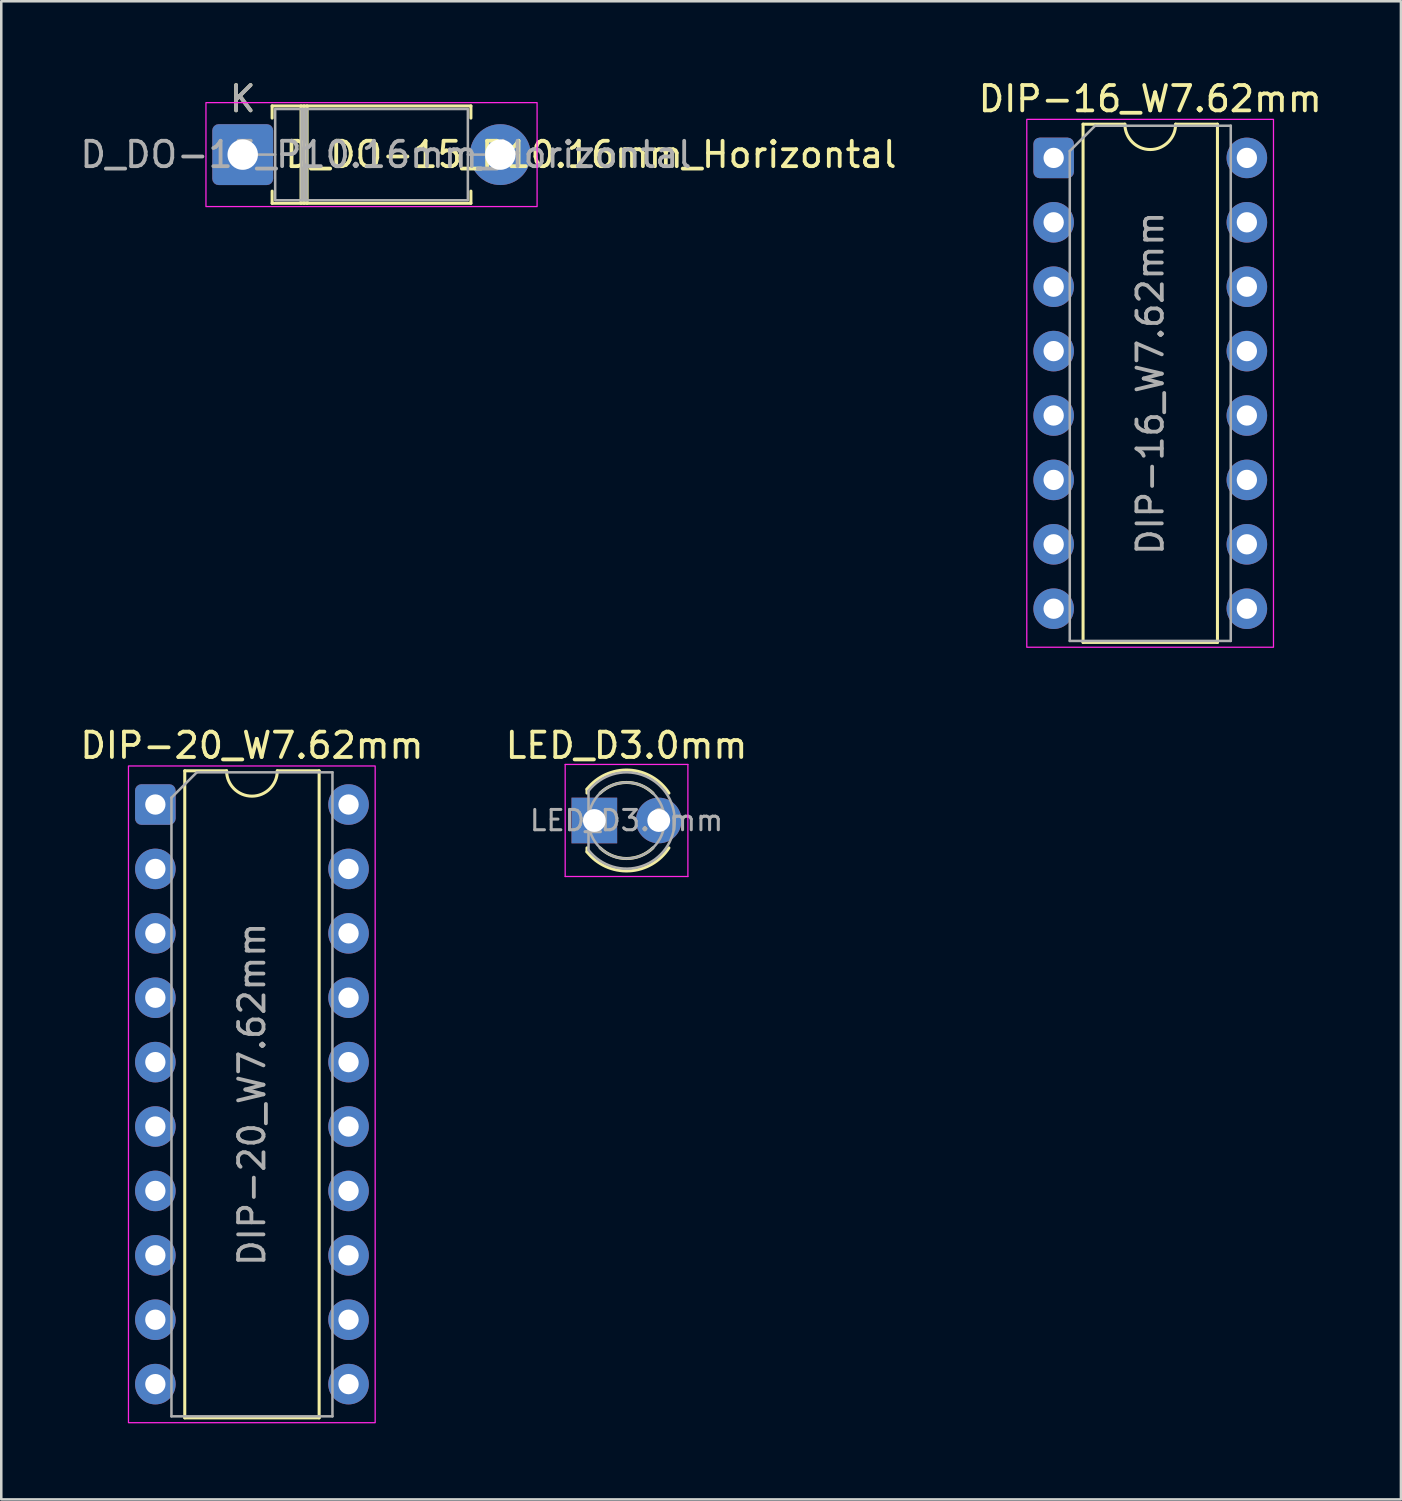
<source format=kicad_pcb>
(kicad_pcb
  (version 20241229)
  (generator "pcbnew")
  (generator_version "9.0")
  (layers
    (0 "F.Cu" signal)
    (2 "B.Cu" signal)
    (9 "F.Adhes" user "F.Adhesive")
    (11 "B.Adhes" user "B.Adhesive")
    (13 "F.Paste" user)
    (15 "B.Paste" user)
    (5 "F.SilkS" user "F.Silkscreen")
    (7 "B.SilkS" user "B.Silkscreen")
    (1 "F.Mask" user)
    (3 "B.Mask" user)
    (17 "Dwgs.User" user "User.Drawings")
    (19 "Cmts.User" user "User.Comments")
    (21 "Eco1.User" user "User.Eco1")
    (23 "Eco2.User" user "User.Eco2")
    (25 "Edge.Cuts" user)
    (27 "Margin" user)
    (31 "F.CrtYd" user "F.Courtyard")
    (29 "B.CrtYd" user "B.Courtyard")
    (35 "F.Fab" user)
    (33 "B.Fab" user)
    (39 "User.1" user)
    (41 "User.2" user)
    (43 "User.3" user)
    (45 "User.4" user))
  (footprint "DIP-20_W7.62mm"
    (layer "F.Cu")
    (at 3.077 28.681)
    (property "Reference" "DIP-20_W7.62mm" (at 3.81 -2.33 0) (layer "F.SilkS") (effects (font (size 1 1) (thickness 0.15))))
    (attr through_hole)
    (fp_line (start 1.16 -1.33) (end 1.16 24.19) (stroke (width 0.12) (type solid)) (layer "F.SilkS"))
    (fp_line (start 1.16 24.19) (end 6.46 24.19) (stroke (width 0.12) (type solid)) (layer "F.SilkS"))
    (fp_line (start 2.81 -1.33) (end 1.16 -1.33) (stroke (width 0.12) (type solid)) (layer "F.SilkS"))
    (fp_line (start 6.46 -1.33) (end 4.81 -1.33) (stroke (width 0.12) (type solid)) (layer "F.SilkS"))
    (fp_line (start 6.46 24.19) (end 6.46 -1.33) (stroke (width 0.12) (type solid)) (layer "F.SilkS"))
    (fp_arc (start 4.81 -1.33) (mid 3.81 -0.33) (end 2.81 -1.33) (stroke (width 0.12) (type solid)) (layer "F.SilkS"))
    (fp_rect (start -1.06 -1.52) (end 8.67 24.38) (stroke (width 0.05) (type solid)) (fill no) (layer "F.CrtYd"))
    (fp_line (start 0.635 -0.27) (end 1.635 -1.27) (stroke (width 0.1) (type solid)) (layer "F.Fab"))
    (fp_line (start 0.635 24.13) (end 0.635 -0.27) (stroke (width 0.1) (type solid)) (layer "F.Fab"))
    (fp_line (start 1.635 -1.27) (end 6.985 -1.27) (stroke (width 0.1) (type solid)) (layer "F.Fab"))
    (fp_line (start 6.985 -1.27) (end 6.985 24.13) (stroke (width 0.1) (type solid)) (layer "F.Fab"))
    (fp_line (start 6.985 24.13) (end 0.635 24.13) (stroke (width 0.1) (type solid)) (layer "F.Fab"))
    (fp_text user "${REFERENCE}" (at 3.81 11.43 90) (layer "F.Fab") (effects (font (size 1 1) (thickness 0.15))))
    (pad "1" thru_hole roundrect (at 0 0) (size 1.6 1.6) (drill 0.8) (layers "*.Cu" "*.Mask") (roundrect_rratio 0.156))
    (pad "2" thru_hole circle (at 0 2.54) (size 1.6 1.6) (drill 0.8) (layers "*.Cu" "*.Mask"))
    (pad "3" thru_hole circle (at 0 5.08) (size 1.6 1.6) (drill 0.8) (layers "*.Cu" "*.Mask"))
    (pad "4" thru_hole circle (at 0 7.62) (size 1.6 1.6) (drill 0.8) (layers "*.Cu" "*.Mask"))
    (pad "5" thru_hole circle (at 0 10.16) (size 1.6 1.6) (drill 0.8) (layers "*.Cu" "*.Mask"))
    (pad "6" thru_hole circle (at 0 12.7) (size 1.6 1.6) (drill 0.8) (layers "*.Cu" "*.Mask"))
    (pad "7" thru_hole circle (at 0 15.24) (size 1.6 1.6) (drill 0.8) (layers "*.Cu" "*.Mask"))
    (pad "8" thru_hole circle (at 0 17.78) (size 1.6 1.6) (drill 0.8) (layers "*.Cu" "*.Mask"))
    (pad "9" thru_hole circle (at 0 20.32) (size 1.6 1.6) (drill 0.8) (layers "*.Cu" "*.Mask"))
    (pad "10" thru_hole circle (at 0 22.86) (size 1.6 1.6) (drill 0.8) (layers "*.Cu" "*.Mask"))
    (pad "11" thru_hole circle (at 7.62 22.86) (size 1.6 1.6) (drill 0.8) (layers "*.Cu" "*.Mask"))
    (pad "12" thru_hole circle (at 7.62 20.32) (size 1.6 1.6) (drill 0.8) (layers "*.Cu" "*.Mask"))
    (pad "13" thru_hole circle (at 7.62 17.78) (size 1.6 1.6) (drill 0.8) (layers "*.Cu" "*.Mask"))
    (pad "14" thru_hole circle (at 7.62 15.24) (size 1.6 1.6) (drill 0.8) (layers "*.Cu" "*.Mask"))
    (pad "15" thru_hole circle (at 7.62 12.7) (size 1.6 1.6) (drill 0.8) (layers "*.Cu" "*.Mask"))
    (pad "16" thru_hole circle (at 7.62 10.16) (size 1.6 1.6) (drill 0.8) (layers "*.Cu" "*.Mask"))
    (pad "17" thru_hole circle (at 7.62 7.62) (size 1.6 1.6) (drill 0.8) (layers "*.Cu" "*.Mask"))
    (pad "18" thru_hole circle (at 7.62 5.08) (size 1.6 1.6) (drill 0.8) (layers "*.Cu" "*.Mask"))
    (pad "19" thru_hole circle (at 7.62 2.54) (size 1.6 1.6) (drill 0.8) (layers "*.Cu" "*.Mask"))
    (pad "20" thru_hole circle (at 7.62 0) (size 1.6 1.6) (drill 0.8) (layers "*.Cu" "*.Mask")))
  (footprint "LED_D3.0mm"
    (layer "F.Cu")
    (at 20.391 29.311)
    (property "Reference" "LED_D3.0mm" (at 1.27 -2.96 180) (layer "F.SilkS") (effects (font (size 1 1) (thickness 0.15))))
    (attr through_hole)
    (fp_line (start -0.29 -1.236) (end -0.29 -1.08) (stroke (width 0.12) (type solid)) (layer "F.SilkS"))
    (fp_line (start -0.29 1.08) (end -0.29 1.236) (stroke (width 0.12) (type solid)) (layer "F.SilkS"))
    (fp_arc (start -0.29 -1.235516) (mid 1.36566 -1.987699) (end 2.941437 -1.08) (stroke (width 0.12) (type solid)) (layer "F.SilkS"))
    (fp_arc (start 0.229039 -1.08) (mid 1.27 -1.5) (end 2.310961 -1.08) (stroke (width 0.12) (type solid)) (layer "F.SilkS"))
    (fp_arc (start 2.310961 1.08) (mid 1.27 1.5) (end 0.229039 1.08) (stroke (width 0.12) (type solid)) (layer "F.SilkS"))
    (fp_arc (start 2.941437 1.08) (mid 1.36566 1.9877) (end -0.29 1.235516) (stroke (width 0.12) (type solid)) (layer "F.SilkS"))
    (fp_line (start -1.15 -2.21) (end -1.15 2.21) (stroke (width 0.05) (type solid)) (layer "F.CrtYd"))
    (fp_line (start -1.15 2.21) (end 3.69 2.21) (stroke (width 0.05) (type solid)) (layer "F.CrtYd"))
    (fp_line (start 3.69 -2.21) (end -1.15 -2.21) (stroke (width 0.05) (type solid)) (layer "F.CrtYd"))
    (fp_line (start 3.69 2.21) (end 3.69 -2.21) (stroke (width 0.05) (type solid)) (layer "F.CrtYd"))
    (fp_line (start -0.23 -1.166) (end -0.23 1.166) (stroke (width 0.1) (type solid)) (layer "F.Fab"))
    (fp_arc (start -0.23 -1.16619) (mid 3.17 0) (end -0.23 1.16619) (stroke (width 0.1) (type solid)) (layer "F.Fab"))
    (fp_circle (center 1.27 0) (end 2.77 0) (stroke (width 0.1) (type solid)) (fill no) (layer "F.Fab"))
    (fp_text user "${REFERENCE}" (at 1.27 0 180) (layer "F.Fab") (effects (font (size 0.8 0.8) (thickness 0.12))))
    (pad "1" thru_hole rect (at 0 0) (size 1.8 1.8) (drill 0.9) (layers "*.Cu" "*.Mask"))
    (pad "2" thru_hole circle (at 2.54 0) (size 1.8 1.8) (drill 0.9) (layers "*.Cu" "*.Mask")))
  (footprint "DIP-16_W7.62mm"
    (layer "F.Cu")
    (at 38.507 3.178)
    (property "Reference" "DIP-16_W7.62mm" (at 3.81 -2.33 0) (layer "F.SilkS") (effects (font (size 1 1) (thickness 0.15))))
    (attr through_hole)
    (fp_line (start 1.16 -1.33) (end 1.16 19.11) (stroke (width 0.12) (type solid)) (layer "F.SilkS"))
    (fp_line (start 1.16 19.11) (end 6.46 19.11) (stroke (width 0.12) (type solid)) (layer "F.SilkS"))
    (fp_line (start 2.81 -1.33) (end 1.16 -1.33) (stroke (width 0.12) (type solid)) (layer "F.SilkS"))
    (fp_line (start 6.46 -1.33) (end 4.81 -1.33) (stroke (width 0.12) (type solid)) (layer "F.SilkS"))
    (fp_line (start 6.46 19.11) (end 6.46 -1.33) (stroke (width 0.12) (type solid)) (layer "F.SilkS"))
    (fp_arc (start 4.81 -1.33) (mid 3.81 -0.33) (end 2.81 -1.33) (stroke (width 0.12) (type solid)) (layer "F.SilkS"))
    (fp_rect (start -1.06 -1.52) (end 8.67 19.3) (stroke (width 0.05) (type solid)) (fill no) (layer "F.CrtYd"))
    (fp_line (start 0.635 -0.27) (end 1.635 -1.27) (stroke (width 0.1) (type solid)) (layer "F.Fab"))
    (fp_line (start 0.635 19.05) (end 0.635 -0.27) (stroke (width 0.1) (type solid)) (layer "F.Fab"))
    (fp_line (start 1.635 -1.27) (end 6.985 -1.27) (stroke (width 0.1) (type solid)) (layer "F.Fab"))
    (fp_line (start 6.985 -1.27) (end 6.985 19.05) (stroke (width 0.1) (type solid)) (layer "F.Fab"))
    (fp_line (start 6.985 19.05) (end 0.635 19.05) (stroke (width 0.1) (type solid)) (layer "F.Fab"))
    (fp_text user "${REFERENCE}" (at 3.81 8.89 90) (layer "F.Fab") (effects (font (size 1 1) (thickness 0.15))))
    (pad "1" thru_hole roundrect (at 0 0) (size 1.6 1.6) (drill 0.8) (layers "*.Cu" "*.Mask") (roundrect_rratio 0.156))
    (pad "2" thru_hole circle (at 0 2.54) (size 1.6 1.6) (drill 0.8) (layers "*.Cu" "*.Mask"))
    (pad "3" thru_hole circle (at 0 5.08) (size 1.6 1.6) (drill 0.8) (layers "*.Cu" "*.Mask"))
    (pad "4" thru_hole circle (at 0 7.62) (size 1.6 1.6) (drill 0.8) (layers "*.Cu" "*.Mask"))
    (pad "5" thru_hole circle (at 0 10.16) (size 1.6 1.6) (drill 0.8) (layers "*.Cu" "*.Mask"))
    (pad "6" thru_hole circle (at 0 12.7) (size 1.6 1.6) (drill 0.8) (layers "*.Cu" "*.Mask"))
    (pad "7" thru_hole circle (at 0 15.24) (size 1.6 1.6) (drill 0.8) (layers "*.Cu" "*.Mask"))
    (pad "8" thru_hole circle (at 0 17.78) (size 1.6 1.6) (drill 0.8) (layers "*.Cu" "*.Mask"))
    (pad "9" thru_hole circle (at 7.62 17.78) (size 1.6 1.6) (drill 0.8) (layers "*.Cu" "*.Mask"))
    (pad "10" thru_hole circle (at 7.62 15.24) (size 1.6 1.6) (drill 0.8) (layers "*.Cu" "*.Mask"))
    (pad "11" thru_hole circle (at 7.62 12.7) (size 1.6 1.6) (drill 0.8) (layers "*.Cu" "*.Mask"))
    (pad "12" thru_hole circle (at 7.62 10.16) (size 1.6 1.6) (drill 0.8) (layers "*.Cu" "*.Mask"))
    (pad "13" thru_hole circle (at 7.62 7.62) (size 1.6 1.6) (drill 0.8) (layers "*.Cu" "*.Mask"))
    (pad "14" thru_hole circle (at 7.62 5.08) (size 1.6 1.6) (drill 0.8) (layers "*.Cu" "*.Mask"))
    (pad "15" thru_hole circle (at 7.62 2.54) (size 1.6 1.6) (drill 0.8) (layers "*.Cu" "*.Mask"))
    (pad "16" thru_hole circle (at 7.62 0) (size 1.6 1.6) (drill 0.8) (layers "*.Cu" "*.Mask")))
  (footprint "D_DO-15_P10.16mm_Horizontal"
    (layer "F.Cu")
    (at 6.523 3.048)
    (property "Reference" "D_DO-15_P10.16mm_Horizontal" (at 13.735 0 180) (layer "F.SilkS") (effects (font (size 1 1) (thickness 0.15))))
    (attr through_hole)
    (fp_line (start 1.16 -1.92) (end 9 -1.92) (stroke (width 0.12) (type solid)) (layer "F.SilkS"))
    (fp_line (start 1.16 -1.44) (end 1.16 -1.92) (stroke (width 0.12) (type solid)) (layer "F.SilkS"))
    (fp_line (start 1.16 1.44) (end 1.16 1.92) (stroke (width 0.12) (type solid)) (layer "F.SilkS"))
    (fp_line (start 1.16 1.92) (end 9 1.92) (stroke (width 0.12) (type solid)) (layer "F.SilkS"))
    (fp_line (start 2.3 -1.92) (end 2.3 1.92) (stroke (width 0.12) (type solid)) (layer "F.SilkS"))
    (fp_line (start 2.42 -1.92) (end 2.42 1.92) (stroke (width 0.12) (type solid)) (layer "F.SilkS"))
    (fp_line (start 2.54 -1.92) (end 2.54 1.92) (stroke (width 0.12) (type solid)) (layer "F.SilkS"))
    (fp_line (start 9 -1.92) (end 9 -1.44) (stroke (width 0.12) (type solid)) (layer "F.SilkS"))
    (fp_line (start 9 1.92) (end 9 1.44) (stroke (width 0.12) (type solid)) (layer "F.SilkS"))
    (fp_rect (start -1.45 -2.05) (end 11.61 2.05) (stroke (width 0.05) (type solid)) (fill no) (layer "F.CrtYd"))
    (fp_line (start 0 0) (end 1.28 0) (stroke (width 0.1) (type solid)) (layer "F.Fab"))
    (fp_line (start 2.32 -1.8) (end 2.32 1.8) (stroke (width 0.1) (type solid)) (layer "F.Fab"))
    (fp_line (start 2.42 -1.8) (end 2.42 1.8) (stroke (width 0.1) (type solid)) (layer "F.Fab"))
    (fp_line (start 2.52 -1.8) (end 2.52 1.8) (stroke (width 0.1) (type solid)) (layer "F.Fab"))
    (fp_line (start 10.16 0) (end 8.88 0) (stroke (width 0.1) (type solid)) (layer "F.Fab"))
    (fp_rect (start 1.28 -1.8) (end 8.88 1.8) (stroke (width 0.1) (type solid)) (fill no) (layer "F.Fab"))
    (fp_text user "K" (at 0 -2.2 180) (layer "F.SilkS") (effects (font (size 1 1) (thickness 0.15))))
    (fp_text user "K" (at 0 -2.2 180) (layer "F.Fab") (effects (font (size 1 1) (thickness 0.15))))
    (fp_text user "${REFERENCE}" (at 5.65 0 180) (layer "F.Fab") (effects (font (size 1 1) (thickness 0.15))))
    (pad "1" thru_hole roundrect (at 0 0) (size 2.4 2.4) (drill 1.2) (layers "*.Cu" "*.Mask") (roundrect_rratio 0.104))
    (pad "2" thru_hole circle (at 10.16 0) (size 2.4 2.4) (drill 1.2) (layers "*.Cu" "*.Mask")))
  (gr_rect
    (start -3 -3)
    (end 52.204 56.087)
    (stroke (width 0.1) (type default))
    (fill no)
    (layer "Edge.Cuts")))
</source>
